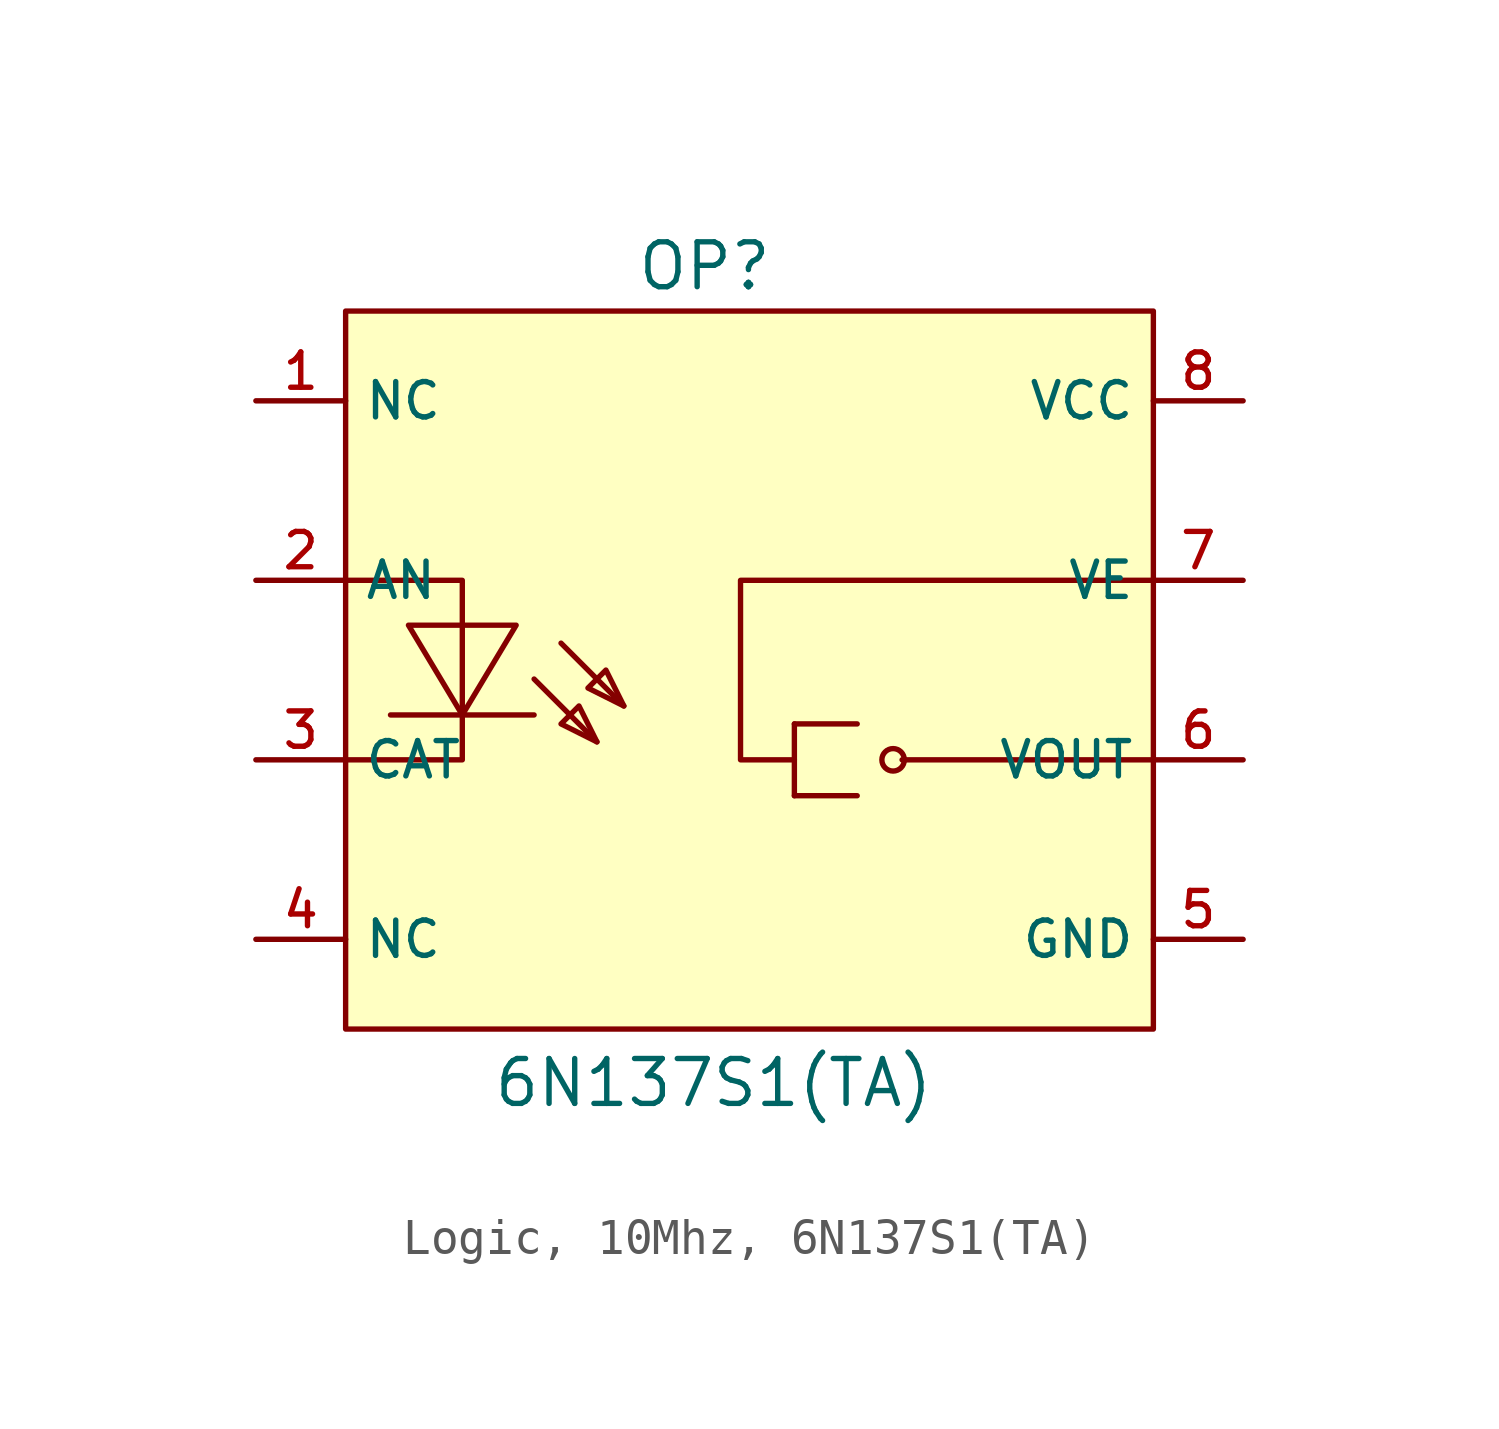
<source format=kicad_sym>
(kicad_symbol_lib
  (version 20231120)
  (generator "CDFER_Archive_Tool")
  (generator_version "0.0")
  (symbol "Logic, 10Mhz, 6N137S1(TA)"
    (property "Reference" "OP"
      (at 0 11.43 0)
      (effects (font (size 1.27 1.27))))
    (property "Value" "6N137S1(TA)"
      (at 0.254 -11.684 0)
      (effects (font (size 1.27 1.27))))
    (symbol "Logic, 10Mhz, 6N137S1(TA)_0_1"
      (rectangle (start -10.16 10.16) (end 12.7 -10.16) (stroke (width 0) (type default)) (fill (type background)))
      (polyline (pts (xy -4.826 -1.27) (xy -8.89 -1.27)) (stroke (width 0) (type default)) (fill (type none)))
      (polyline (pts (xy -4.826 -0.254) (xy -3.048 -2.032)) (stroke (width 0) (type default)) (fill (type none)))
      (polyline (pts (xy -4.064 0.762) (xy -2.286 -1.016)) (stroke (width 0) (type default)) (fill (type none)))
      (polyline (pts (xy 2.54 -3.556) (xy 4.318 -3.556)) (stroke (width 0) (type default)) (fill (type none)))
      (polyline (pts (xy 2.54 -1.524) (xy 2.54 -3.556)) (stroke (width 0) (type default)) (fill (type none)))
      (polyline (pts (xy 2.54 -1.524) (xy 4.318 -1.524)) (stroke (width 0) (type default)) (fill (type none)))
      (polyline (pts (xy 5.588 -2.54) (xy 12.7 -2.54)) (stroke (width 0) (type default)) (fill (type none)))
      (polyline (pts (xy -10.16 2.54) (xy -6.858 2.54) (xy -6.858 -2.54) (xy -10.16 -2.54)) (stroke (width 0) (type default)) (fill (type none)))
      (polyline (pts (xy -8.382 1.27) (xy -6.858 -1.27) (xy -5.334 1.27) (xy -8.382 1.27)) (stroke (width 0) (type default)) (fill (type background)))
      (polyline (pts (xy -3.048 -2.032) (xy -3.556 -1.016) (xy -4.064 -1.524) (xy -3.048 -2.032)) (stroke (width 0) (type default)) (fill (type background)))
      (polyline (pts (xy -2.286 -1.016) (xy -2.794 0) (xy -3.302 -0.508) (xy -2.286 -1.016)) (stroke (width 0) (type default)) (fill (type background)))
      (polyline (pts (xy 12.7 2.54) (xy 1.016 2.54) (xy 1.016 -2.54) (xy 2.54 -2.54)) (stroke (width 0) (type default)) (fill (type none)))
      (circle (center 5.334 -2.54) (radius 0.318) (stroke (width 0) (type default)) (fill (type background)))
      (pin unspecified line (at -12.7 7.62 0) (length 2.54) (name "NC" (effects (font (size 1 1)))) (number "1" (effects (font (size 1 1)))))
      (pin unspecified line (at -12.7 2.54 0) (length 2.54) (name "AN" (effects (font (size 1 1)))) (number "2" (effects (font (size 1 1)))))
      (pin unspecified line (at -12.7 -2.54 0) (length 2.54) (name "CAT" (effects (font (size 1 1)))) (number "3" (effects (font (size 1 1)))))
      (pin unspecified line (at -12.7 -7.62 0) (length 2.54) (name "NC" (effects (font (size 1 1)))) (number "4" (effects (font (size 1 1)))))
      (pin unspecified line (at 15.24 -7.62 180) (length 2.54) (name "GND" (effects (font (size 1 1)))) (number "5" (effects (font (size 1 1)))))
      (pin unspecified line (at 15.24 -2.54 180) (length 2.54) (name "VOUT" (effects (font (size 1 1)))) (number "6" (effects (font (size 1 1)))))
      (pin unspecified line (at 15.24 2.54 180) (length 2.54) (name "VE" (effects (font (size 1 1)))) (number "7" (effects (font (size 1 1)))))
      (pin unspecified line (at 15.24 7.62 180) (length 2.54) (name "VCC" (effects (font (size 1 1)))) (number "8" (effects (font (size 1 1))))))))
</source>
